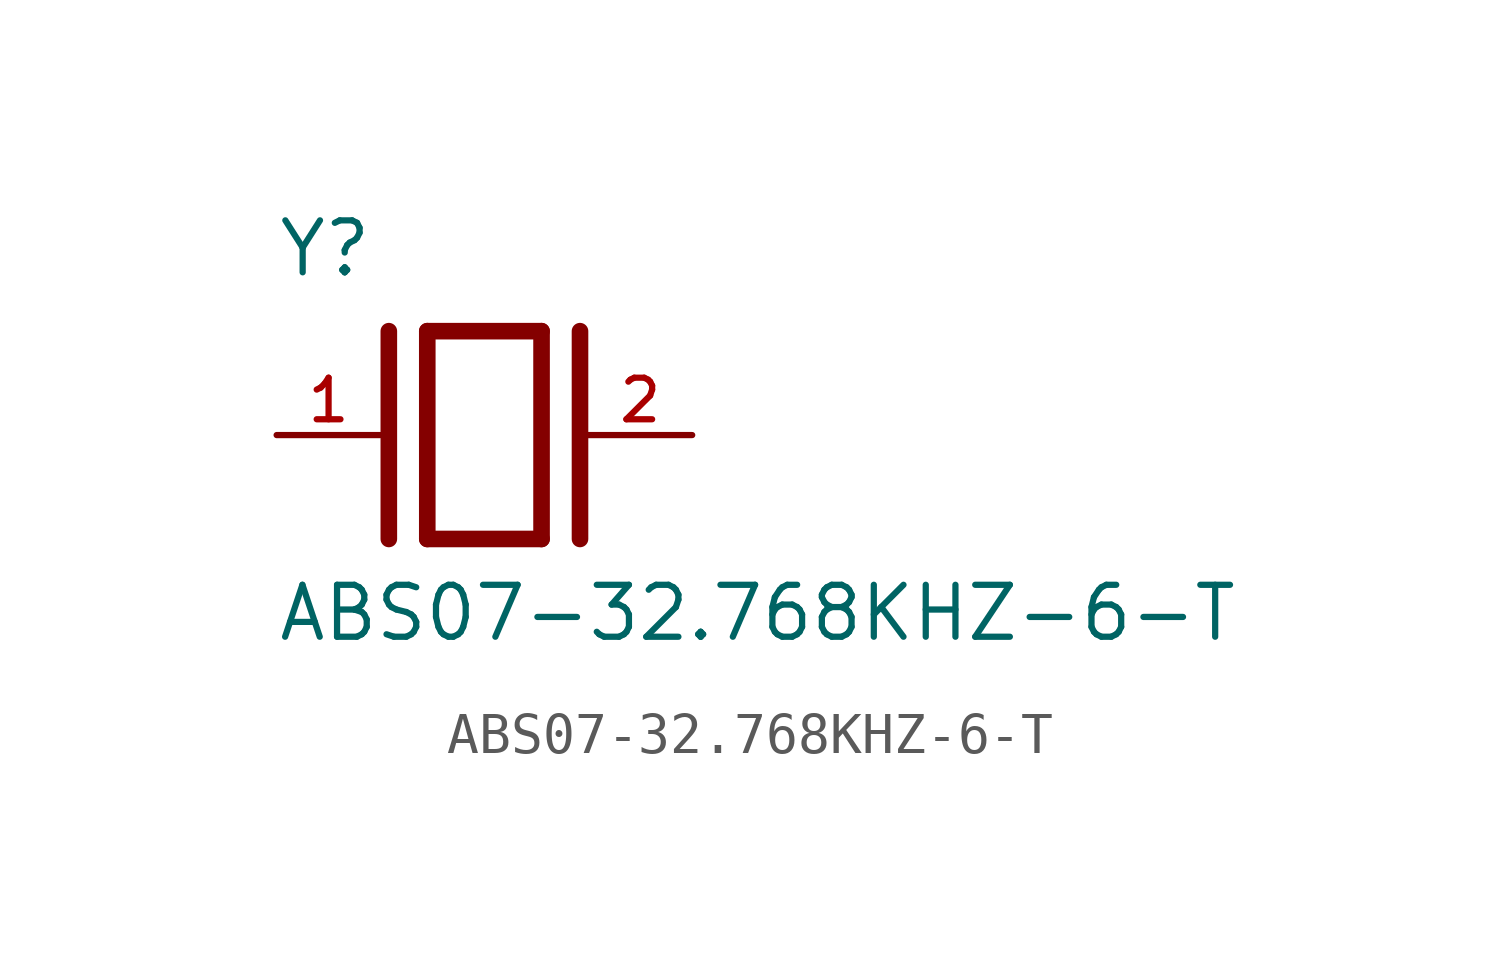
<source format=kicad_sym>
(kicad_symbol_lib
  (version 20211014)
  (generator kicad_symbol_editor)
  (symbol "ABS07-32.768KHZ-6-T"
    (pin_names
      (offset 1.016))
    (property "Reference" "Y"
      (at -5.088 3.816 0)
      (effects (font (size 1.27 1.27)) (justify bottom left)))
    (property "Value" "ABS07-32.768KHZ-6-T"
      (at -5.094 -5.094 0)
      (effects (font (size 1.27 1.27)) (justify bottom left)))
    (symbol "ABS07-32.768KHZ-6-T_0_0"
      (polyline (pts (xy -1.397 2.54) (xy 1.397 2.54)) (stroke (width 0.406)))
      (polyline (pts (xy 1.397 2.54) (xy 1.397 -2.54)) (stroke (width 0.406)))
      (polyline (pts (xy 1.397 -2.54) (xy -1.397 -2.54)) (stroke (width 0.406)))
      (polyline (pts (xy -1.397 2.54) (xy -1.397 -2.54)) (stroke (width 0.406)))
      (polyline (pts (xy 2.337 2.54) (xy 2.337 -2.54)) (stroke (width 0.406)))
      (polyline (pts (xy -2.337 2.54) (xy -2.337 -2.54)) (stroke (width 0.406)))
      (pin passive line (at 5.08 0.0 180.0) (length 2.54) (name "~" (effects (font (size 1.016 1.016)))) (number "2" (effects (font (size 1.016 1.016)))))
      (pin passive line (at -5.08 0.0 0) (length 2.54) (name "~" (effects (font (size 1.016 1.016)))) (number "1" (effects (font (size 1.016 1.016))))))))
</source>
